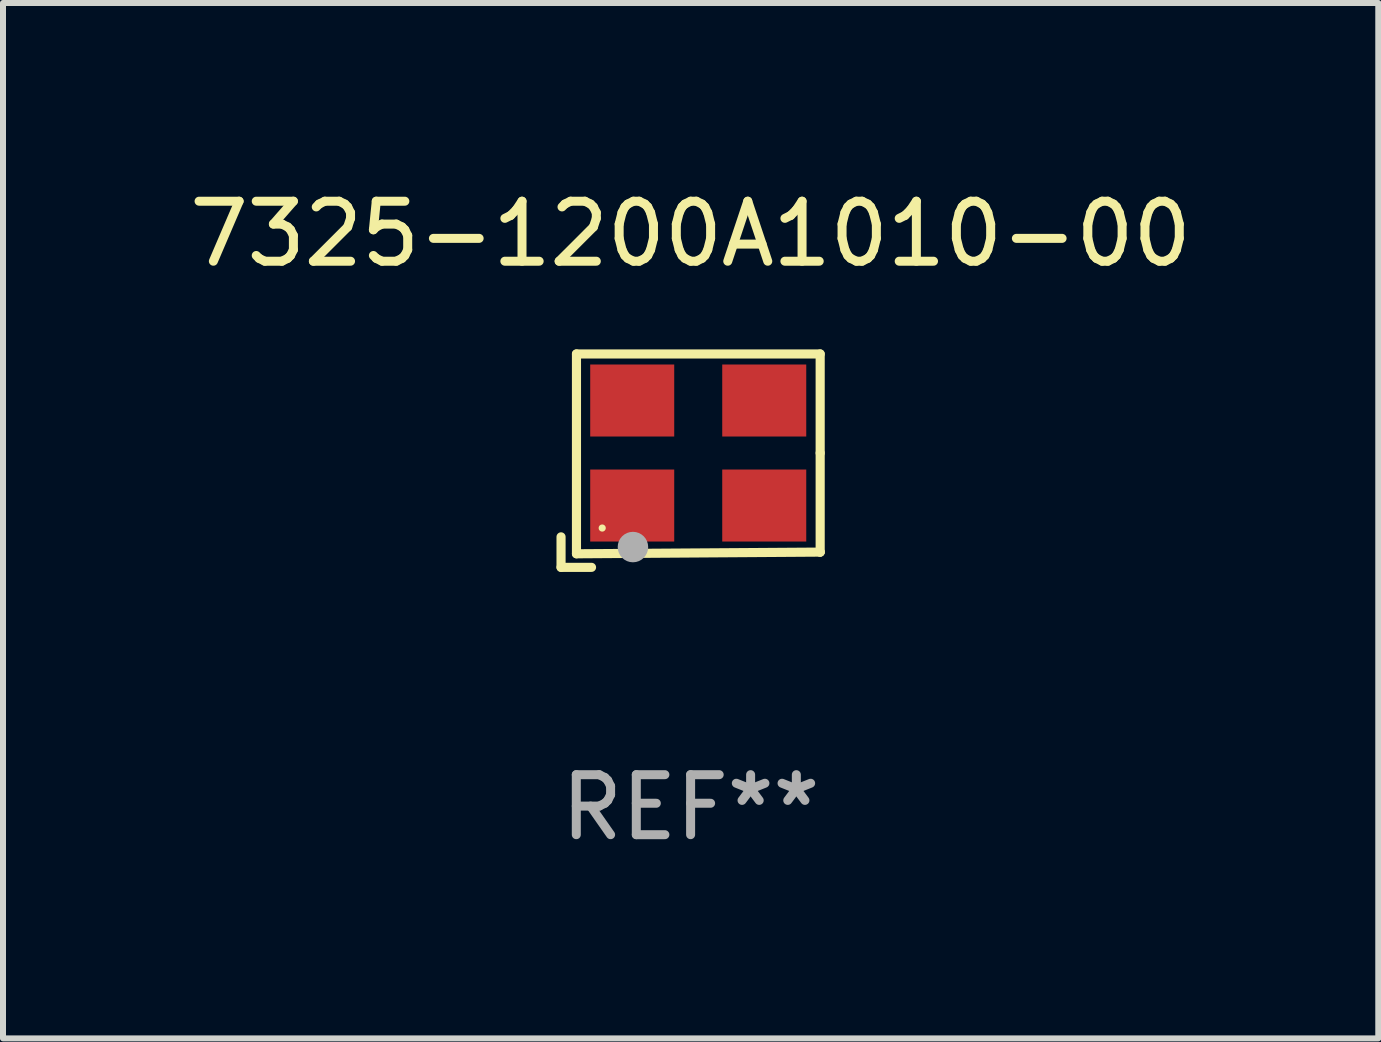
<source format=kicad_pcb>
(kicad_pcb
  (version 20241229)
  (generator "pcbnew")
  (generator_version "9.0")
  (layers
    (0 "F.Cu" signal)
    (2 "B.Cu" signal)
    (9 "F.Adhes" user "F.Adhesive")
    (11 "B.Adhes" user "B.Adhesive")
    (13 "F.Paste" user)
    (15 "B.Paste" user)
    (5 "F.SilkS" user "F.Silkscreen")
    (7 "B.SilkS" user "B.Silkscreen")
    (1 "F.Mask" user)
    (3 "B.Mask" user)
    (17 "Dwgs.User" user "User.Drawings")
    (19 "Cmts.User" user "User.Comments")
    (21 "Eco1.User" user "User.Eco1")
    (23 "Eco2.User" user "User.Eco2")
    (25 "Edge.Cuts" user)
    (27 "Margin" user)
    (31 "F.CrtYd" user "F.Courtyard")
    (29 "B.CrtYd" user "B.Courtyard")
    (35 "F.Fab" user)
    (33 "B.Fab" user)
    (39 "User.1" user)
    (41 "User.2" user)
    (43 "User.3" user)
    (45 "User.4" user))
  (footprint "7325-1200A1010-00"
    (layer "F.Cu")
    (at 8.458 4.626)
    (property "Reference" "7325-1200A1010-00" (at 0 -3.778 0) (layer "F.SilkS") (effects (font (size 1 1) (thickness 0.15))))
    (attr through_hole)
    (fp_line (start -2.159 1.27) (end -2.159 1.778) (stroke (width 0.152) (type solid)) (layer "F.SilkS"))
    (fp_line (start -2.159 1.778) (end -1.651 1.778) (stroke (width 0.152) (type solid)) (layer "F.SilkS"))
    (fp_line (start -1.902 -1.778) (end 2.159 -1.778) (stroke (width 0.152) (type solid)) (layer "F.SilkS"))
    (fp_line (start -1.902 1.552) (end -1.902 -1.778) (stroke (width 0.152) (type solid)) (layer "F.SilkS"))
    (fp_line (start 2.159 -1.778) (end 2.159 -0.127) (stroke (width 0.152) (type solid)) (layer "F.SilkS"))
    (fp_line (start 2.159 -0.127) (end 2.159 1.524) (stroke (width 0.152) (type solid)) (layer "F.SilkS"))
    (fp_line (start 2.159 1.524) (end -1.902 1.552) (stroke (width 0.152) (type solid)) (layer "F.SilkS"))
    (fp_line (start 2.159 1.524) (end 2.159 1.524) (stroke (width 0.152) (type solid)) (layer "F.SilkS"))
    (fp_circle (center -1.473 1.123) (end -1.443 1.123) (stroke (width 0.06) (type solid)) (fill no) (layer "F.SilkS"))
    (fp_circle (center -0.961 1.44) (end -0.834 1.44) (stroke (width 0.254) (type solid)) (fill no) (layer "F.Fab"))
    (fp_text user "REF**" (at 0 5.778 0) (layer "F.Fab") (effects (font (size 1 1) (thickness 0.15))))
    (pad "1" smd rect (at -0.973 0.748) (size 1.4 1.2) (layers "F.Cu" "F.Mask" "F.Paste"))
    (pad "2" smd rect (at 1.227 0.748) (size 1.4 1.2) (layers "F.Cu" "F.Mask" "F.Paste"))
    (pad "3" smd rect (at 1.227 -1.002) (size 1.4 1.2) (layers "F.Cu" "F.Mask" "F.Paste"))
    (pad "4" smd rect (at -0.973 -1.002) (size 1.4 1.2) (layers "F.Cu" "F.Mask" "F.Paste")))
  (gr_rect
    (start -3 -3)
    (end 19.917 14.253)
    (stroke (width 0.1) (type default))
    (fill no)
    (layer "Edge.Cuts")))
</source>
